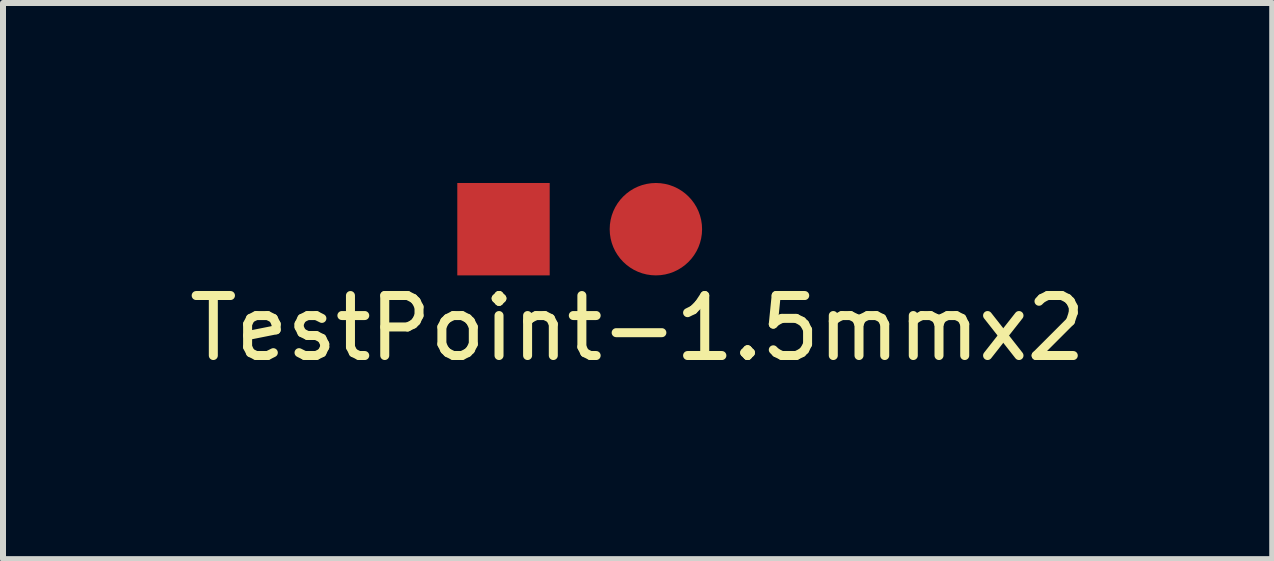
<source format=kicad_pcb>
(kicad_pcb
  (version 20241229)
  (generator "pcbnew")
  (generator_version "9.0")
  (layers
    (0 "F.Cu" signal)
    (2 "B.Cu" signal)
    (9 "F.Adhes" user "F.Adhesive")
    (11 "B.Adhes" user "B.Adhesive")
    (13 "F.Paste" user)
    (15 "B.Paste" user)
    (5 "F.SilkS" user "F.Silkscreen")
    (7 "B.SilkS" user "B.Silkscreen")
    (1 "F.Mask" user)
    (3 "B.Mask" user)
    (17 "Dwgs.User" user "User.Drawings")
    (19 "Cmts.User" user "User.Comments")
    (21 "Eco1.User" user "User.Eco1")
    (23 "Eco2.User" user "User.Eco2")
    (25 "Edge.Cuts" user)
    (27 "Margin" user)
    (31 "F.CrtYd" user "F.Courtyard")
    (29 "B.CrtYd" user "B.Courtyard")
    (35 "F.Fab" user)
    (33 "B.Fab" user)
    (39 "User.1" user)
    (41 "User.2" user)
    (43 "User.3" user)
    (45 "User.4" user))
  (footprint "TestPoint-1.5mmx2"
    (layer "F.Cu")
    (at 7.882 0.77)
    (property "Reference" "TestPoint-1.5mmx2" (at -0.305 1.651 0) (layer "F.SilkS") (effects (font (size 1 1) (thickness 0.15))))
    (attr through_hole)
    (pad "1" smd rect (at -2.54 0) (size 1.54 1.54) (layers "F.Cu" "F.Mask" "F.Paste"))
    (pad "2" smd circle (at 0 0) (size 1.54 1.54) (layers "F.Cu" "F.Mask" "F.Paste")))
  (gr_rect
    (start -3 -3)
    (end 18.155 6.269)
    (stroke (width 0.1) (type default))
    (fill no)
    (layer "Edge.Cuts")))
</source>
